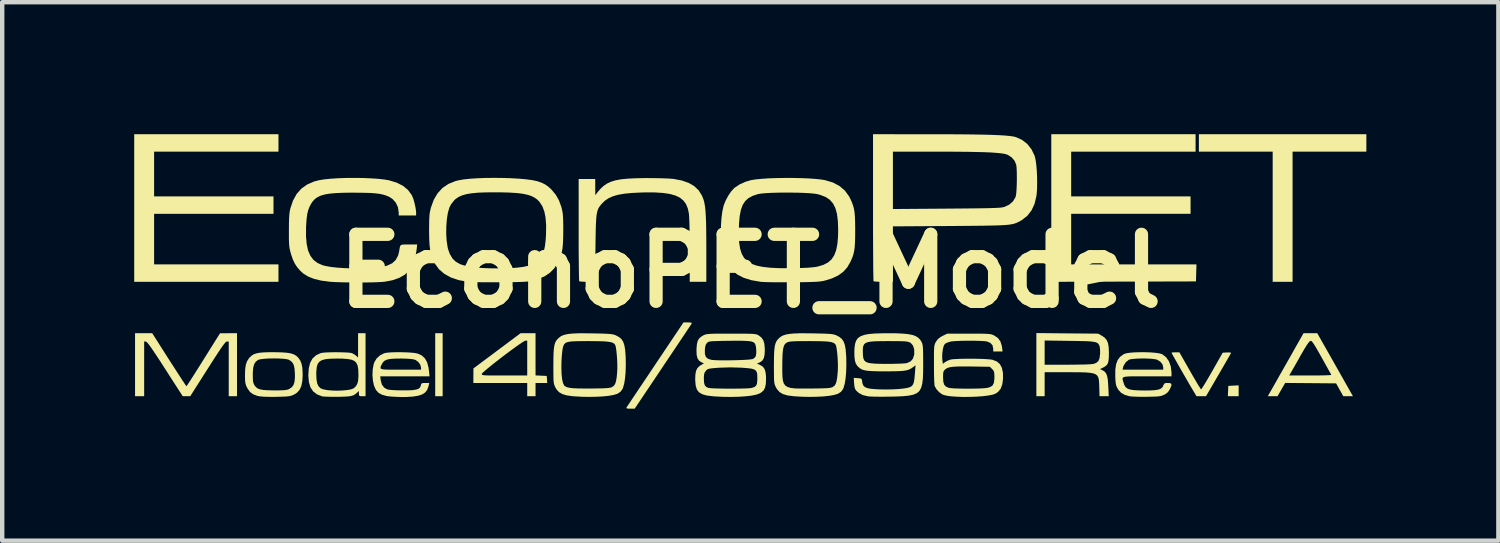
<source format=kicad_pcb>
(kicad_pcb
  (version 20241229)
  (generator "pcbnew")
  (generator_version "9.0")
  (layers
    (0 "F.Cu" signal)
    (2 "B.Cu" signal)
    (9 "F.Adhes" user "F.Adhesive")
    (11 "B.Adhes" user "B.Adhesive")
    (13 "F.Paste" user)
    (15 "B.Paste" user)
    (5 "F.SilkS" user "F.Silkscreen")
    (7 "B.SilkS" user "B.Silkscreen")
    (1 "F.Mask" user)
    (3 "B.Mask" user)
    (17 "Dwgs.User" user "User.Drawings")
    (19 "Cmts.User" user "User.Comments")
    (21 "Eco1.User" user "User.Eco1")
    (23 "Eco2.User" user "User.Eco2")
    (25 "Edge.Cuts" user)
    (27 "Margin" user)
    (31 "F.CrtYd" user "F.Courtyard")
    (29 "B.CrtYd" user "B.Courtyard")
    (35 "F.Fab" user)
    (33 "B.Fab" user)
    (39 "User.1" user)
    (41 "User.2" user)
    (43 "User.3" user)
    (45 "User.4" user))
  (footprint "EconoPET_Model"
    (layer "F.Cu")
    (at 14 3.109)
    (property "Reference" "EconoPET_Model" (at 0 0 0) (layer "F.SilkS") (effects (font (size 1.524 1.524) (thickness 0.3))))
    (attr board_only exclude_from_pos_files exclude_from_bom)
    (fp_poly (pts (xy -6.991 2.845) (xy -7.16 2.845) (xy -7.16 1.413) (xy -6.991 1.413)) (stroke (width 0) (type solid)) (fill yes) (layer "F.SilkS"))
    (fp_poly (pts (xy 11.098 2.845) (xy 10.852 2.845) (xy 10.863 2.61) (xy 11.098 2.598)) (stroke (width 0) (type solid)) (fill yes) (layer "F.SilkS"))
    (fp_poly (pts (xy 14 -2.713) (xy 12.323 -2.713) (xy 12.323 0.245) (xy 11.871 0.245) (xy 11.871 -2.713) (xy 10.194 -2.713) (xy 10.194 -3.109) (xy 14 -3.109)) (stroke (width 0) (type solid)) (fill yes) (layer "F.SilkS"))
    (fp_poly (pts (xy -10.722 -2.713) (xy -13.548 -2.713) (xy -13.548 -1.696) (xy -10.835 -1.696) (xy -10.835 -1.3) (xy -13.548 -1.3) (xy -13.548 -0.151) (xy -10.722 -0.151) (xy -10.722 0.245) (xy -14 0.245) (xy -14 -3.109) (xy -10.722 -3.109)) (stroke (width 0) (type solid)) (fill yes) (layer "F.SilkS"))
    (fp_poly (pts (xy 10.119 -2.713) (xy 7.292 -2.713) (xy 7.292 -1.696) (xy 10.005 -1.696) (xy 10.005 -1.3) (xy 7.292 -1.3) (xy 7.292 -0.151) (xy 10.139 -0.151) (xy 10.128 0.236) (xy 6.84 0.245) (xy 6.84 -3.109) (xy 10.119 -3.109)) (stroke (width 0) (type solid)) (fill yes) (layer "F.SilkS"))
    (fp_poly (pts (xy -1.359 1.17) (xy -1.333 1.177) (xy -1.331 1.191) (xy -1.332 1.194) (xy -1.345 1.214) (xy -1.377 1.263) (xy -1.427 1.337) (xy -1.491 1.434) (xy -1.57 1.551) (xy -1.66 1.686) (xy -1.76 1.835) (xy -1.868 1.996) (xy -1.982 2.166) (xy -1.987 2.174) (xy -2.627 3.128) (xy -2.728 3.128) (xy -2.787 3.126) (xy -2.814 3.118) (xy -2.815 3.104) (xy -2.802 3.085) (xy -2.77 3.037) (xy -2.721 2.963) (xy -2.656 2.866) (xy -2.578 2.749) (xy -2.488 2.615) (xy -2.388 2.466) (xy -2.28 2.305) (xy -2.166 2.135) (xy -2.16 2.125) (xy -1.518 1.168) (xy -1.418 1.168)) (stroke (width 0) (type solid)) (fill yes) (layer "F.SilkS"))
    (fp_poly (pts (xy -4.88 2.372) (xy -4.753 2.378) (xy -4.626 2.384) (xy -4.62 2.464) (xy -4.614 2.544) (xy -4.88 2.544) (xy -4.88 2.845) (xy -5.069 2.845) (xy -5.069 2.544) (xy -6.293 2.544) (xy -6.293 2.379) (xy -6.292 2.348) (xy -6.102 2.348) (xy -6.097 2.357) (xy -6.082 2.363) (xy -6.053 2.368) (xy -6.006 2.371) (xy -5.936 2.373) (xy -5.841 2.374) (xy -5.715 2.374) (xy -5.588 2.374) (xy -5.069 2.374) (xy -5.069 1.583) (xy -5.111 1.583) (xy -5.138 1.594) (xy -5.189 1.626) (xy -5.26 1.674) (xy -5.347 1.736) (xy -5.445 1.807) (xy -5.55 1.885) (xy -5.657 1.967) (xy -5.762 2.048) (xy -5.86 2.125) (xy -5.947 2.196) (xy -6.019 2.256) (xy -6.071 2.302) (xy -6.099 2.332) (xy -6.102 2.338) (xy -6.102 2.348) (xy -6.292 2.348) (xy -6.292 2.214) (xy -5.22 1.413) (xy -4.88 1.413)) (stroke (width 0) (type solid)) (fill yes) (layer "F.SilkS"))
    (fp_poly (pts (xy 9.751 1.847) (xy 9.989 2.265) (xy 10.054 2.379) (xy 10.114 2.481) (xy 10.165 2.568) (xy 10.206 2.634) (xy 10.233 2.676) (xy 10.243 2.688) (xy 10.257 2.674) (xy 10.286 2.631) (xy 10.328 2.564) (xy 10.38 2.476) (xy 10.441 2.373) (xy 10.497 2.275) (xy 10.735 1.856) (xy 10.834 1.85) (xy 10.887 1.85) (xy 10.92 1.855) (xy 10.926 1.861) (xy 10.915 1.881) (xy 10.888 1.929) (xy 10.846 2.002) (xy 10.793 2.094) (xy 10.73 2.202) (xy 10.661 2.322) (xy 10.638 2.361) (xy 10.356 2.845) (xy 10.14 2.845) (xy 10.075 2.737) (xy 10.034 2.667) (xy 9.982 2.579) (xy 9.925 2.48) (xy 9.863 2.373) (xy 9.801 2.265) (xy 9.741 2.16) (xy 9.686 2.063) (xy 9.639 1.979) (xy 9.602 1.914) (xy 9.579 1.871) (xy 9.572 1.857) (xy 9.589 1.851) (xy 9.632 1.847) (xy 9.662 1.847)) (stroke (width 0) (type solid)) (fill yes) (layer "F.SilkS"))
    (fp_poly (pts (xy -13.207 2.016) (xy -13.12 2.151) (xy -13.04 2.275) (xy -12.969 2.385) (xy -12.908 2.478) (xy -12.861 2.55) (xy -12.828 2.598) (xy -12.814 2.618) (xy -12.813 2.618) (xy -12.801 2.603) (xy -12.772 2.559) (xy -12.727 2.49) (xy -12.669 2.4) (xy -12.6 2.291) (xy -12.522 2.168) (xy -12.438 2.034) (xy -12.427 2.016) (xy -12.05 1.414) (xy -11.664 1.413) (xy -11.664 2.845) (xy -11.852 2.845) (xy -11.852 1.602) (xy -11.894 1.602) (xy -11.909 1.607) (xy -11.928 1.623) (xy -11.954 1.654) (xy -11.99 1.701) (xy -12.036 1.767) (xy -12.095 1.856) (xy -12.169 1.969) (xy -12.259 2.11) (xy -12.332 2.224) (xy -12.727 2.845) (xy -12.812 2.845) (xy -12.898 2.845) (xy -13.295 2.228) (xy -13.402 2.061) (xy -13.492 1.925) (xy -13.565 1.815) (xy -13.622 1.732) (xy -13.667 1.671) (xy -13.7 1.631) (xy -13.722 1.61) (xy -13.733 1.605) (xy -13.774 1.599) (xy -13.774 2.845) (xy -13.981 2.845) (xy -13.981 1.413) (xy -13.591 1.413)) (stroke (width 0) (type solid)) (fill yes) (layer "F.SilkS"))
    (fp_poly (pts (xy 13.29 2.129) (xy 13.695 2.845) (xy 13.476 2.845) (xy 13.312 2.553) (xy 12.155 2.543) (xy 12.068 2.694) (xy 11.981 2.845) (xy 11.76 2.845) (xy 11.945 2.52) (xy 12.012 2.401) (xy 12.027 2.374) (xy 12.246 2.374) (xy 12.729 2.374) (xy 12.858 2.374) (xy 12.975 2.372) (xy 13.072 2.37) (xy 13.146 2.367) (xy 13.191 2.363) (xy 13.203 2.36) (xy 13.193 2.34) (xy 13.166 2.292) (xy 13.126 2.221) (xy 13.076 2.131) (xy 13.019 2.028) (xy 12.983 1.963) (xy 12.913 1.839) (xy 12.858 1.744) (xy 12.817 1.676) (xy 12.785 1.629) (xy 12.762 1.601) (xy 12.744 1.588) (xy 12.73 1.587) (xy 12.71 1.599) (xy 12.681 1.633) (xy 12.641 1.691) (xy 12.588 1.777) (xy 12.521 1.893) (xy 12.515 1.903) (xy 12.457 2.007) (xy 12.401 2.105) (xy 12.352 2.191) (xy 12.314 2.257) (xy 12.293 2.294) (xy 12.246 2.374) (xy 12.027 2.374) (xy 12.092 2.26) (xy 12.178 2.109) (xy 12.263 1.959) (xy 12.342 1.82) (xy 12.35 1.804) (xy 12.572 1.413) (xy 12.884 1.413)) (stroke (width 0) (type solid)) (fill yes) (layer "F.SilkS"))
    (fp_poly (pts (xy 7.203 1.417) (xy 7.905 1.423) (xy 7.988 1.47) (xy 8.053 1.514) (xy 8.098 1.568) (xy 8.128 1.636) (xy 8.144 1.728) (xy 8.149 1.848) (xy 8.149 1.866) (xy 8.147 1.976) (xy 8.138 2.055) (xy 8.119 2.111) (xy 8.087 2.151) (xy 8.039 2.183) (xy 8.017 2.194) (xy 7.947 2.228) (xy 8.007 2.257) (xy 8.052 2.285) (xy 8.084 2.324) (xy 8.107 2.38) (xy 8.123 2.459) (xy 8.132 2.567) (xy 8.135 2.622) (xy 8.146 2.845) (xy 7.936 2.845) (xy 7.93 2.629) (xy 7.927 2.546) (xy 7.921 2.477) (xy 7.91 2.423) (xy 7.888 2.381) (xy 7.854 2.35) (xy 7.802 2.328) (xy 7.73 2.314) (xy 7.634 2.305) (xy 7.511 2.301) (xy 7.357 2.3) (xy 7.193 2.299) (xy 6.689 2.299) (xy 6.689 2.845) (xy 6.501 2.845) (xy 6.501 1.579) (xy 6.689 1.579) (xy 6.689 2.129) (xy 7.212 2.129) (xy 7.354 2.128) (xy 7.487 2.126) (xy 7.603 2.124) (xy 7.698 2.12) (xy 7.767 2.115) (xy 7.803 2.11) (xy 7.868 2.084) (xy 7.911 2.044) (xy 7.936 1.982) (xy 7.948 1.892) (xy 7.949 1.883) (xy 7.949 1.802) (xy 7.943 1.733) (xy 7.934 1.698) (xy 7.92 1.67) (xy 7.904 1.648) (xy 7.879 1.63) (xy 7.843 1.617) (xy 7.792 1.607) (xy 7.721 1.599) (xy 7.626 1.594) (xy 7.504 1.591) (xy 7.351 1.588) (xy 7.25 1.587) (xy 6.689 1.579) (xy 6.501 1.579) (xy 6.501 1.41)) (stroke (width 0) (type solid)) (fill yes) (layer "F.SilkS"))
    (fp_poly (pts (xy -8.743 2.845) (xy -8.818 2.845) (xy -8.867 2.843) (xy -8.888 2.831) (xy -8.894 2.8) (xy -8.894 2.785) (xy -8.894 2.726) (xy -8.936 2.764) (xy -8.974 2.796) (xy -9.012 2.82) (xy -9.056 2.836) (xy -9.113 2.847) (xy -9.191 2.853) (xy -9.295 2.857) (xy -9.374 2.858) (xy -9.482 2.858) (xy -9.58 2.857) (xy -9.66 2.854) (xy -9.716 2.85) (xy -9.732 2.847) (xy -9.846 2.803) (xy -9.933 2.736) (xy -9.994 2.645) (xy -10.03 2.526) (xy -10.043 2.379) (xy -10.043 2.366) (xy -10.041 2.336) (xy -9.863 2.336) (xy -9.858 2.461) (xy -9.842 2.554) (xy -9.811 2.62) (xy -9.766 2.663) (xy -9.754 2.67) (xy -9.692 2.692) (xy -9.604 2.707) (xy -9.5 2.716) (xy -9.387 2.719) (xy -9.274 2.715) (xy -9.17 2.706) (xy -9.083 2.692) (xy -9.023 2.671) (xy -9.012 2.664) (xy -8.963 2.619) (xy -8.931 2.565) (xy -8.912 2.494) (xy -8.905 2.398) (xy -8.905 2.346) (xy -8.909 2.236) (xy -8.923 2.151) (xy -8.951 2.088) (xy -8.997 2.043) (xy -9.065 2.014) (xy -9.16 1.998) (xy -9.285 1.99) (xy -9.384 1.989) (xy -9.531 1.992) (xy -9.645 2.002) (xy -9.73 2.023) (xy -9.789 2.057) (xy -9.829 2.108) (xy -9.851 2.178) (xy -9.861 2.271) (xy -9.863 2.336) (xy -10.041 2.336) (xy -10.033 2.211) (xy -10.002 2.086) (xy -9.949 1.989) (xy -9.872 1.917) (xy -9.771 1.869) (xy -9.755 1.864) (xy -9.708 1.856) (xy -9.634 1.85) (xy -9.54 1.847) (xy -9.436 1.845) (xy -9.329 1.846) (xy -9.229 1.849) (xy -9.143 1.853) (xy -9.08 1.86) (xy -9.054 1.865) (xy -8.998 1.895) (xy -8.955 1.926) (xy -8.913 1.966) (xy -8.913 1.413) (xy -8.743 1.413)) (stroke (width 0) (type solid)) (fill yes) (layer "F.SilkS"))
    (fp_poly (pts (xy -2.2 -2.111) (xy -2.067 -2.109) (xy -1.945 -2.105) (xy -1.842 -2.101) (xy -1.765 -2.095) (xy -1.743 -2.093) (xy -1.555 -2.057) (xy -1.399 -2.002) (xy -1.272 -1.928) (xy -1.173 -1.833) (xy -1.099 -1.715) (xy -1.065 -1.63) (xy -1.049 -1.575) (xy -1.036 -1.511) (xy -1.025 -1.436) (xy -1.017 -1.345) (xy -1.01 -1.235) (xy -1.005 -1.103) (xy -1.002 -0.944) (xy -1 -0.755) (xy -0.999 -0.533) (xy -0.999 -0.485) (xy -0.999 0.245) (xy -1.376 0.245) (xy -1.376 -0.466) (xy -1.376 -0.632) (xy -1.378 -0.792) (xy -1.38 -0.939) (xy -1.383 -1.069) (xy -1.387 -1.177) (xy -1.391 -1.258) (xy -1.395 -1.306) (xy -1.42 -1.422) (xy -1.46 -1.52) (xy -1.519 -1.601) (xy -1.597 -1.666) (xy -1.699 -1.715) (xy -1.826 -1.751) (xy -1.981 -1.774) (xy -2.167 -1.786) (xy -2.385 -1.787) (xy -2.487 -1.784) (xy -2.692 -1.774) (xy -2.864 -1.757) (xy -3.008 -1.732) (xy -3.126 -1.697) (xy -3.225 -1.652) (xy -3.307 -1.596) (xy -3.372 -1.532) (xy -3.404 -1.494) (xy -3.431 -1.458) (xy -3.453 -1.421) (xy -3.47 -1.377) (xy -3.484 -1.323) (xy -3.495 -1.256) (xy -3.502 -1.172) (xy -3.508 -1.067) (xy -3.512 -0.937) (xy -3.515 -0.778) (xy -3.518 -0.587) (xy -3.519 -0.504) (xy -3.527 0.245) (xy -3.701 0.245) (xy -3.779 0.244) (xy -3.842 0.24) (xy -3.88 0.235) (xy -3.888 0.232) (xy -3.89 0.212) (xy -3.892 0.157) (xy -3.894 0.071) (xy -3.896 -0.043) (xy -3.897 -0.182) (xy -3.899 -0.342) (xy -3.9 -0.52) (xy -3.9 -0.713) (xy -3.9 -0.917) (xy -3.9 -0.936) (xy -3.9 -2.092) (xy -3.524 -2.092) (xy -3.523 -1.908) (xy -3.522 -1.724) (xy -3.471 -1.79) (xy -3.404 -1.869) (xy -3.334 -1.934) (xy -3.256 -1.987) (xy -3.167 -2.029) (xy -3.062 -2.061) (xy -2.937 -2.084) (xy -2.788 -2.099) (xy -2.611 -2.108) (xy -2.401 -2.112) (xy -2.336 -2.112)) (stroke (width 0) (type solid)) (fill yes) (layer "F.SilkS"))
    (fp_poly (pts (xy -7.818 1.848) (xy -7.711 1.854) (xy -7.623 1.863) (xy -7.565 1.874) (xy -7.469 1.916) (xy -7.397 1.981) (xy -7.345 2.071) (xy -7.313 2.191) (xy -7.302 2.266) (xy -7.289 2.393) (xy -8.409 2.393) (xy -8.399 2.48) (xy -8.373 2.577) (xy -8.322 2.648) (xy -8.251 2.689) (xy -8.206 2.698) (xy -8.129 2.705) (xy -8.029 2.71) (xy -7.913 2.712) (xy -7.909 2.712) (xy -7.772 2.711) (xy -7.668 2.706) (xy -7.592 2.694) (xy -7.541 2.676) (xy -7.508 2.65) (xy -7.491 2.615) (xy -7.487 2.601) (xy -7.478 2.566) (xy -7.459 2.55) (xy -7.421 2.544) (xy -7.386 2.544) (xy -7.296 2.544) (xy -7.314 2.624) (xy -7.341 2.699) (xy -7.386 2.758) (xy -7.454 2.803) (xy -7.546 2.834) (xy -7.667 2.853) (xy -7.82 2.862) (xy -7.913 2.863) (xy -8.019 2.86) (xy -8.121 2.855) (xy -8.209 2.848) (xy -8.271 2.839) (xy -8.274 2.838) (xy -8.374 2.809) (xy -8.446 2.769) (xy -8.5 2.711) (xy -8.513 2.691) (xy -8.552 2.602) (xy -8.576 2.489) (xy -8.586 2.364) (xy -8.58 2.238) (xy -8.575 2.206) (xy -8.403 2.206) (xy -8.39 2.222) (xy -8.359 2.232) (xy -8.306 2.238) (xy -8.227 2.241) (xy -8.119 2.242) (xy -7.978 2.242) (xy -7.942 2.242) (xy -7.481 2.242) (xy -7.481 2.2) (xy -7.498 2.132) (xy -7.542 2.069) (xy -7.605 2.022) (xy -7.625 2.014) (xy -7.686 2.001) (xy -7.781 1.993) (xy -7.908 1.989) (xy -7.952 1.989) (xy -8.083 1.991) (xy -8.182 1.998) (xy -8.255 2.013) (xy -8.307 2.036) (xy -8.344 2.069) (xy -8.372 2.115) (xy -8.372 2.116) (xy -8.391 2.154) (xy -8.402 2.184) (xy -8.403 2.206) (xy -8.575 2.206) (xy -8.559 2.123) (xy -8.543 2.072) (xy -8.49 1.985) (xy -8.411 1.914) (xy -8.319 1.868) (xy -8.309 1.865) (xy -8.248 1.855) (xy -8.159 1.848) (xy -8.051 1.845) (xy -7.934 1.845)) (stroke (width 0) (type solid)) (fill yes) (layer "F.SilkS"))
    (fp_poly (pts (xy -10.658 1.848) (xy -10.54 1.856) (xy -10.448 1.87) (xy -10.377 1.892) (xy -10.322 1.923) (xy -10.276 1.964) (xy -10.272 1.969) (xy -10.227 2.033) (xy -10.197 2.109) (xy -10.179 2.204) (xy -10.173 2.327) (xy -10.172 2.358) (xy -10.18 2.503) (xy -10.203 2.617) (xy -10.245 2.704) (xy -10.307 2.77) (xy -10.381 2.814) (xy -10.418 2.829) (xy -10.458 2.84) (xy -10.508 2.848) (xy -10.575 2.853) (xy -10.666 2.856) (xy -10.787 2.859) (xy -10.937 2.859) (xy -11.052 2.856) (xy -11.138 2.849) (xy -11.198 2.838) (xy -11.199 2.838) (xy -11.297 2.801) (xy -11.368 2.749) (xy -11.423 2.672) (xy -11.437 2.647) (xy -11.459 2.599) (xy -11.472 2.553) (xy -11.48 2.499) (xy -11.482 2.425) (xy -11.483 2.36) (xy -11.306 2.36) (xy -11.304 2.448) (xy -11.3 2.508) (xy -11.289 2.551) (xy -11.272 2.587) (xy -11.263 2.602) (xy -11.231 2.641) (xy -11.193 2.669) (xy -11.141 2.689) (xy -11.07 2.702) (xy -10.975 2.709) (xy -10.849 2.712) (xy -10.816 2.712) (xy -10.701 2.712) (xy -10.618 2.709) (xy -10.558 2.704) (xy -10.514 2.695) (xy -10.479 2.682) (xy -10.477 2.68) (xy -10.42 2.642) (xy -10.381 2.591) (xy -10.358 2.52) (xy -10.348 2.423) (xy -10.349 2.333) (xy -10.356 2.223) (xy -10.372 2.143) (xy -10.4 2.086) (xy -10.443 2.043) (xy -10.488 2.016) (xy -10.534 2.003) (xy -10.61 1.994) (xy -10.705 1.988) (xy -10.81 1.986) (xy -10.918 1.987) (xy -11.02 1.992) (xy -11.105 2.001) (xy -11.167 2.013) (xy -11.185 2.02) (xy -11.237 2.059) (xy -11.273 2.115) (xy -11.295 2.192) (xy -11.305 2.298) (xy -11.306 2.36) (xy -11.483 2.36) (xy -11.483 2.356) (xy -11.478 2.227) (xy -11.463 2.127) (xy -11.435 2.049) (xy -11.394 1.984) (xy -11.375 1.963) (xy -11.334 1.924) (xy -11.287 1.894) (xy -11.23 1.873) (xy -11.158 1.858) (xy -11.063 1.849) (xy -10.942 1.845) (xy -10.808 1.845)) (stroke (width 0) (type solid)) (fill yes) (layer "F.SilkS"))
    (fp_poly (pts (xy 8.975 1.845) (xy 9.093 1.849) (xy 9.201 1.858) (xy 9.289 1.87) (xy 9.35 1.887) (xy 9.359 1.89) (xy 9.448 1.957) (xy 9.514 2.052) (xy 9.556 2.17) (xy 9.572 2.309) (xy 9.572 2.319) (xy 9.572 2.393) (xy 9.016 2.393) (xy 8.853 2.393) (xy 8.725 2.393) (xy 8.626 2.394) (xy 8.554 2.398) (xy 8.505 2.405) (xy 8.476 2.416) (xy 8.462 2.432) (xy 8.46 2.454) (xy 8.466 2.483) (xy 8.477 2.52) (xy 8.481 2.534) (xy 8.501 2.593) (xy 8.529 2.637) (xy 8.569 2.67) (xy 8.626 2.692) (xy 8.706 2.705) (xy 8.813 2.712) (xy 8.952 2.715) (xy 8.967 2.715) (xy 9.102 2.713) (xy 9.204 2.706) (xy 9.279 2.693) (xy 9.331 2.672) (xy 9.365 2.642) (xy 9.386 2.602) (xy 9.386 2.601) (xy 9.403 2.565) (xy 9.427 2.548) (xy 9.473 2.544) (xy 9.489 2.544) (xy 9.542 2.548) (xy 9.568 2.564) (xy 9.57 2.598) (xy 9.548 2.655) (xy 9.533 2.687) (xy 9.493 2.75) (xy 9.434 2.796) (xy 9.406 2.811) (xy 9.369 2.827) (xy 9.332 2.839) (xy 9.287 2.847) (xy 9.227 2.852) (xy 9.144 2.855) (xy 9.033 2.857) (xy 9.007 2.858) (xy 8.896 2.858) (xy 8.792 2.857) (xy 8.703 2.853) (xy 8.639 2.849) (xy 8.616 2.845) (xy 8.507 2.813) (xy 8.427 2.768) (xy 8.367 2.702) (xy 8.352 2.678) (xy 8.328 2.634) (xy 8.312 2.591) (xy 8.303 2.538) (xy 8.297 2.467) (xy 8.294 2.39) (xy 8.295 2.242) (xy 8.46 2.242) (xy 9.384 2.242) (xy 9.384 2.188) (xy 9.366 2.12) (xy 9.318 2.059) (xy 9.246 2.016) (xy 9.237 2.013) (xy 9.182 2.001) (xy 9.102 1.993) (xy 9.005 1.988) (xy 8.902 1.987) (xy 8.8 1.99) (xy 8.71 1.996) (xy 8.64 2.005) (xy 8.603 2.016) (xy 8.533 2.072) (xy 8.484 2.151) (xy 8.471 2.19) (xy 8.46 2.242) (xy 8.295 2.242) (xy 8.295 2.239) (xy 8.313 2.118) (xy 8.348 2.024) (xy 8.402 1.951) (xy 8.478 1.894) (xy 8.496 1.885) (xy 8.549 1.868) (xy 8.632 1.856) (xy 8.736 1.848) (xy 8.853 1.845)) (stroke (width 0) (type solid)) (fill yes) (layer "F.SilkS"))
    (fp_poly (pts (xy 4.028 -3.108) (xy 4.358 -3.108) (xy 4.652 -3.107) (xy 4.912 -3.105) (xy 5.141 -3.102) (xy 5.339 -3.098) (xy 5.51 -3.093) (xy 5.654 -3.087) (xy 5.774 -3.08) (xy 5.871 -3.071) (xy 5.948 -3.062) (xy 6.007 -3.051) (xy 6.036 -3.043) (xy 6.176 -2.98) (xy 6.295 -2.887) (xy 6.39 -2.766) (xy 6.46 -2.621) (xy 6.466 -2.602) (xy 6.484 -2.523) (xy 6.499 -2.416) (xy 6.51 -2.288) (xy 6.517 -2.15) (xy 6.519 -2.01) (xy 6.517 -1.877) (xy 6.509 -1.76) (xy 6.501 -1.698) (xy 6.459 -1.525) (xy 6.391 -1.378) (xy 6.296 -1.256) (xy 6.173 -1.159) (xy 6.111 -1.124) (xy 6.076 -1.107) (xy 6.042 -1.092) (xy 6.006 -1.079) (xy 5.965 -1.068) (xy 5.916 -1.059) (xy 5.857 -1.051) (xy 5.784 -1.045) (xy 5.695 -1.04) (xy 5.586 -1.036) (xy 5.456 -1.033) (xy 5.301 -1.03) (xy 5.118 -1.028) (xy 4.904 -1.026) (xy 4.657 -1.024) (xy 4.527 -1.023) (xy 3.241 -1.015) (xy 3.241 0.245) (xy 3.027 0.245) (xy 2.941 0.244) (xy 2.869 0.241) (xy 2.82 0.237) (xy 2.801 0.232) (xy 2.799 0.212) (xy 2.798 0.157) (xy 2.796 0.069) (xy 2.794 -0.048) (xy 2.793 -0.192) (xy 2.792 -0.36) (xy 2.791 -0.549) (xy 2.79 -0.757) (xy 2.789 -0.982) (xy 2.789 -1.219) (xy 2.789 -1.445) (xy 2.789 -2.713) (xy 3.241 -2.713) (xy 3.241 -1.409) (xy 4.461 -1.418) (xy 4.71 -1.42) (xy 4.923 -1.422) (xy 5.105 -1.424) (xy 5.258 -1.426) (xy 5.384 -1.428) (xy 5.488 -1.431) (xy 5.57 -1.434) (xy 5.636 -1.437) (xy 5.686 -1.441) (xy 5.725 -1.446) (xy 5.755 -1.452) (xy 5.779 -1.458) (xy 5.78 -1.459) (xy 5.883 -1.508) (xy 5.967 -1.581) (xy 6.023 -1.671) (xy 6.033 -1.7) (xy 6.042 -1.751) (xy 6.049 -1.83) (xy 6.054 -1.929) (xy 6.057 -2.038) (xy 6.057 -2.15) (xy 6.056 -2.254) (xy 6.052 -2.343) (xy 6.045 -2.406) (xy 6.043 -2.416) (xy 6.006 -2.505) (xy 5.939 -2.583) (xy 5.851 -2.64) (xy 5.847 -2.641) (xy 5.806 -2.656) (xy 5.748 -2.668) (xy 5.671 -2.678) (xy 5.573 -2.687) (xy 5.452 -2.695) (xy 5.306 -2.701) (xy 5.133 -2.705) (xy 4.93 -2.709) (xy 4.695 -2.711) (xy 4.426 -2.713) (xy 4.216 -2.713) (xy 3.241 -2.713) (xy 2.789 -2.713) (xy 2.789 -3.109)) (stroke (width 0) (type solid)) (fill yes) (layer "F.SilkS"))
    (fp_poly (pts (xy 1.439 1.417) (xy 1.582 1.42) (xy 1.692 1.423) (xy 1.775 1.427) (xy 1.837 1.432) (xy 1.883 1.439) (xy 1.92 1.448) (xy 1.951 1.459) (xy 1.96 1.463) (xy 2.029 1.501) (xy 2.083 1.546) (xy 2.122 1.605) (xy 2.149 1.681) (xy 2.167 1.782) (xy 2.178 1.913) (xy 2.181 1.978) (xy 2.183 2.145) (xy 2.178 2.302) (xy 2.165 2.444) (xy 2.146 2.562) (xy 2.12 2.652) (xy 2.109 2.679) (xy 2.063 2.743) (xy 1.997 2.787) (xy 1.987 2.791) (xy 1.909 2.815) (xy 1.801 2.835) (xy 1.667 2.849) (xy 1.516 2.857) (xy 1.351 2.86) (xy 1.181 2.857) (xy 1.012 2.847) (xy 0.973 2.844) (xy 0.842 2.826) (xy 0.741 2.796) (xy 0.666 2.751) (xy 0.609 2.688) (xy 0.585 2.647) (xy 0.569 2.615) (xy 0.557 2.585) (xy 0.548 2.551) (xy 0.543 2.507) (xy 0.539 2.448) (xy 0.538 2.367) (xy 0.537 2.28) (xy 0.727 2.28) (xy 0.73 2.395) (xy 0.74 2.484) (xy 0.76 2.553) (xy 0.795 2.602) (xy 0.848 2.636) (xy 0.922 2.657) (xy 1.021 2.668) (xy 1.149 2.671) (xy 1.31 2.671) (xy 1.394 2.67) (xy 1.537 2.668) (xy 1.646 2.666) (xy 1.728 2.663) (xy 1.788 2.658) (xy 1.83 2.651) (xy 1.86 2.642) (xy 1.876 2.634) (xy 1.913 2.607) (xy 1.94 2.566) (xy 1.96 2.505) (xy 1.975 2.419) (xy 1.986 2.303) (xy 1.988 2.28) (xy 1.991 2.189) (xy 1.99 2.085) (xy 1.985 1.976) (xy 1.976 1.872) (xy 1.965 1.782) (xy 1.953 1.713) (xy 1.941 1.677) (xy 1.922 1.652) (xy 1.893 1.633) (xy 1.849 1.617) (xy 1.787 1.606) (xy 1.702 1.599) (xy 1.591 1.595) (xy 1.448 1.593) (xy 1.338 1.592) (xy 1.19 1.593) (xy 1.075 1.594) (xy 0.988 1.597) (xy 0.924 1.601) (xy 0.88 1.608) (xy 0.849 1.616) (xy 0.839 1.621) (xy 0.803 1.644) (xy 0.776 1.676) (xy 0.757 1.723) (xy 0.743 1.788) (xy 0.734 1.877) (xy 0.729 1.995) (xy 0.727 2.139) (xy 0.727 2.28) (xy 0.537 2.28) (xy 0.537 2.259) (xy 0.537 2.158) (xy 0.538 1.999) (xy 0.541 1.872) (xy 0.548 1.772) (xy 0.559 1.695) (xy 0.576 1.636) (xy 0.598 1.589) (xy 0.628 1.55) (xy 0.66 1.519) (xy 0.701 1.487) (xy 0.75 1.462) (xy 0.811 1.443) (xy 0.888 1.429) (xy 0.985 1.42) (xy 1.107 1.415) (xy 1.259 1.415)) (stroke (width 0) (type solid)) (fill yes) (layer "F.SilkS"))
    (fp_poly (pts (xy -3.573 1.417) (xy -3.431 1.42) (xy -3.32 1.423) (xy -3.237 1.427) (xy -3.175 1.432) (xy -3.129 1.439) (xy -3.093 1.448) (xy -3.061 1.459) (xy -3.053 1.463) (xy -2.983 1.501) (xy -2.929 1.546) (xy -2.89 1.605) (xy -2.863 1.681) (xy -2.845 1.782) (xy -2.834 1.913) (xy -2.831 1.978) (xy -2.829 2.145) (xy -2.834 2.302) (xy -2.847 2.444) (xy -2.866 2.562) (xy -2.892 2.652) (xy -2.903 2.679) (xy -2.949 2.743) (xy -3.016 2.787) (xy -3.025 2.791) (xy -3.103 2.815) (xy -3.211 2.835) (xy -3.344 2.849) (xy -3.496 2.857) (xy -3.66 2.86) (xy -3.83 2.857) (xy -3.999 2.847) (xy -4.038 2.844) (xy -4.17 2.826) (xy -4.271 2.796) (xy -4.347 2.752) (xy -4.403 2.69) (xy -4.428 2.648) (xy -4.443 2.615) (xy -4.455 2.585) (xy -4.464 2.551) (xy -4.469 2.506) (xy -4.473 2.447) (xy -4.474 2.365) (xy -4.475 2.256) (xy -4.475 2.209) (xy -4.293 2.209) (xy -4.288 2.345) (xy -4.276 2.459) (xy -4.256 2.545) (xy -4.231 2.599) (xy -4.223 2.608) (xy -4.193 2.628) (xy -4.152 2.644) (xy -4.095 2.656) (xy -4.018 2.664) (xy -3.917 2.668) (xy -3.786 2.67) (xy -3.623 2.67) (xy -3.618 2.67) (xy -3.476 2.668) (xy -3.366 2.666) (xy -3.284 2.662) (xy -3.224 2.658) (xy -3.182 2.651) (xy -3.152 2.642) (xy -3.136 2.634) (xy -3.099 2.606) (xy -3.071 2.564) (xy -3.051 2.502) (xy -3.036 2.415) (xy -3.025 2.296) (xy -3.025 2.289) (xy -3.021 2.202) (xy -3.022 2.1) (xy -3.027 1.993) (xy -3.035 1.889) (xy -3.045 1.796) (xy -3.057 1.723) (xy -3.07 1.679) (xy -3.071 1.678) (xy -3.09 1.653) (xy -3.119 1.633) (xy -3.162 1.618) (xy -3.224 1.607) (xy -3.308 1.599) (xy -3.419 1.595) (xy -3.561 1.593) (xy -3.674 1.592) (xy -3.831 1.593) (xy -3.955 1.595) (xy -4.049 1.599) (xy -4.12 1.607) (xy -4.17 1.62) (xy -4.204 1.638) (xy -4.228 1.663) (xy -4.245 1.695) (xy -4.255 1.724) (xy -4.266 1.772) (xy -4.275 1.847) (xy -4.284 1.94) (xy -4.29 2.041) (xy -4.291 2.054) (xy -4.293 2.209) (xy -4.475 2.209) (xy -4.475 2.158) (xy -4.474 1.998) (xy -4.471 1.872) (xy -4.464 1.772) (xy -4.453 1.695) (xy -4.437 1.636) (xy -4.414 1.589) (xy -4.384 1.55) (xy -4.352 1.519) (xy -4.311 1.487) (xy -4.262 1.462) (xy -4.201 1.443) (xy -4.124 1.429) (xy -4.027 1.42) (xy -3.905 1.415) (xy -3.754 1.415)) (stroke (width 0) (type solid)) (fill yes) (layer "F.SilkS"))
    (fp_poly (pts (xy -8.798 -2.114) (xy -8.617 -2.106) (xy -8.452 -2.095) (xy -8.311 -2.079) (xy -8.212 -2.062) (xy -8.036 -2.009) (xy -7.892 -1.936) (xy -7.778 -1.842) (xy -7.695 -1.728) (xy -7.687 -1.713) (xy -7.657 -1.64) (xy -7.63 -1.544) (xy -7.608 -1.444) (xy -7.595 -1.354) (xy -7.594 -1.324) (xy -7.594 -1.262) (xy -7.989 -1.262) (xy -7.989 -1.324) (xy -8.006 -1.446) (xy -8.054 -1.552) (xy -8.131 -1.638) (xy -8.206 -1.686) (xy -8.271 -1.714) (xy -8.341 -1.736) (xy -8.421 -1.753) (xy -8.518 -1.765) (xy -8.634 -1.774) (xy -8.777 -1.778) (xy -8.95 -1.78) (xy -9.026 -1.781) (xy -9.232 -1.779) (xy -9.405 -1.772) (xy -9.548 -1.76) (xy -9.665 -1.741) (xy -9.759 -1.714) (xy -9.835 -1.679) (xy -9.897 -1.634) (xy -9.947 -1.579) (xy -9.981 -1.528) (xy -10.019 -1.455) (xy -10.048 -1.378) (xy -10.069 -1.29) (xy -10.083 -1.182) (xy -10.092 -1.046) (xy -10.095 -0.999) (xy -10.096 -0.79) (xy -10.081 -0.613) (xy -10.049 -0.466) (xy -9.997 -0.347) (xy -9.927 -0.253) (xy -9.835 -0.183) (xy -9.721 -0.133) (xy -9.657 -0.116) (xy -9.533 -0.093) (xy -9.386 -0.077) (xy -9.222 -0.066) (xy -9.049 -0.06) (xy -8.874 -0.06) (xy -8.703 -0.065) (xy -8.545 -0.075) (xy -8.406 -0.091) (xy -8.294 -0.111) (xy -8.249 -0.124) (xy -8.139 -0.176) (xy -8.057 -0.252) (xy -8.003 -0.353) (xy -7.98 -0.444) (xy -7.969 -0.515) (xy -7.959 -0.561) (xy -7.941 -0.588) (xy -7.909 -0.6) (xy -7.855 -0.603) (xy -7.772 -0.603) (xy -7.761 -0.603) (xy -7.57 -0.603) (xy -7.584 -0.476) (xy -7.615 -0.295) (xy -7.668 -0.144) (xy -7.744 -0.02) (xy -7.846 0.08) (xy -7.976 0.155) (xy -8.135 0.21) (xy -8.309 0.243) (xy -8.38 0.249) (xy -8.482 0.254) (xy -8.607 0.258) (xy -8.749 0.26) (xy -8.9 0.261) (xy -9.054 0.26) (xy -9.204 0.258) (xy -9.341 0.254) (xy -9.461 0.25) (xy -9.554 0.243) (xy -9.562 0.242) (xy -9.754 0.217) (xy -9.914 0.178) (xy -10.046 0.126) (xy -10.156 0.058) (xy -10.229 -0.008) (xy -10.298 -0.089) (xy -10.352 -0.171) (xy -10.396 -0.265) (xy -10.436 -0.383) (xy -10.443 -0.408) (xy -10.458 -0.465) (xy -10.47 -0.518) (xy -10.477 -0.575) (xy -10.482 -0.644) (xy -10.485 -0.732) (xy -10.485 -0.846) (xy -10.485 -0.923) (xy -10.484 -1.068) (xy -10.481 -1.182) (xy -10.476 -1.272) (xy -10.468 -1.344) (xy -10.456 -1.405) (xy -10.453 -1.419) (xy -10.392 -1.6) (xy -10.309 -1.751) (xy -10.201 -1.873) (xy -10.069 -1.967) (xy -9.911 -2.035) (xy -9.8 -2.064) (xy -9.68 -2.083) (xy -9.531 -2.098) (xy -9.361 -2.109) (xy -9.177 -2.115) (xy -8.987 -2.116)) (stroke (width 0) (type solid)) (fill yes) (layer "F.SilkS"))
    (fp_poly (pts (xy 0.969 -2.115) (xy 1.154 -2.111) (xy 1.328 -2.104) (xy 1.484 -2.093) (xy 1.615 -2.079) (xy 1.702 -2.064) (xy 1.879 -2.011) (xy 2.027 -1.932) (xy 2.149 -1.828) (xy 2.244 -1.698) (xy 2.275 -1.638) (xy 2.31 -1.56) (xy 2.336 -1.488) (xy 2.356 -1.415) (xy 2.369 -1.334) (xy 2.377 -1.238) (xy 2.382 -1.12) (xy 2.384 -0.974) (xy 2.384 -0.923) (xy 2.383 -0.767) (xy 2.379 -0.641) (xy 2.372 -0.54) (xy 2.36 -0.455) (xy 2.343 -0.38) (xy 2.319 -0.308) (xy 2.286 -0.233) (xy 2.275 -0.208) (xy 2.203 -0.083) (xy 2.112 0.018) (xy 1.998 0.101) (xy 1.857 0.167) (xy 1.716 0.211) (xy 1.673 0.222) (xy 1.628 0.231) (xy 1.578 0.238) (xy 1.517 0.243) (xy 1.441 0.247) (xy 1.344 0.25) (xy 1.222 0.253) (xy 1.07 0.255) (xy 0.97 0.256) (xy 0.816 0.256) (xy 0.667 0.256) (xy 0.53 0.255) (xy 0.411 0.253) (xy 0.315 0.25) (xy 0.248 0.246) (xy 0.231 0.244) (xy 0.025 0.208) (xy -0.149 0.154) (xy -0.294 0.08) (xy -0.412 -0.016) (xy -0.506 -0.136) (xy -0.578 -0.281) (xy -0.609 -0.373) (xy -0.639 -0.505) (xy -0.658 -0.663) (xy -0.666 -0.804) (xy -0.26 -0.804) (xy -0.252 -0.644) (xy -0.231 -0.507) (xy -0.195 -0.393) (xy -0.143 -0.3) (xy -0.07 -0.225) (xy 0.024 -0.166) (xy 0.143 -0.123) (xy 0.289 -0.093) (xy 0.464 -0.074) (xy 0.67 -0.065) (xy 0.911 -0.064) (xy 0.999 -0.066) (xy 1.167 -0.069) (xy 1.302 -0.075) (xy 1.41 -0.084) (xy 1.494 -0.094) (xy 1.541 -0.104) (xy 1.664 -0.141) (xy 1.764 -0.193) (xy 1.845 -0.263) (xy 1.906 -0.354) (xy 1.95 -0.469) (xy 1.979 -0.611) (xy 1.994 -0.784) (xy 1.997 -0.942) (xy 1.99 -1.137) (xy 1.97 -1.298) (xy 1.933 -1.431) (xy 1.879 -1.537) (xy 1.806 -1.62) (xy 1.711 -1.683) (xy 1.593 -1.729) (xy 1.526 -1.747) (xy 1.452 -1.759) (xy 1.35 -1.768) (xy 1.224 -1.775) (xy 1.082 -1.78) (xy 0.931 -1.782) (xy 0.776 -1.783) (xy 0.624 -1.781) (xy 0.483 -1.777) (xy 0.357 -1.77) (xy 0.255 -1.761) (xy 0.182 -1.75) (xy 0.17 -1.747) (xy 0.053 -1.708) (xy -0.042 -1.656) (xy -0.116 -1.589) (xy -0.173 -1.502) (xy -0.213 -1.392) (xy -0.24 -1.255) (xy -0.255 -1.087) (xy -0.259 -0.989) (xy -0.26 -0.804) (xy -0.666 -0.804) (xy -0.667 -0.837) (xy -0.667 -1.017) (xy -0.656 -1.191) (xy -0.636 -1.351) (xy -0.606 -1.485) (xy -0.603 -1.493) (xy -0.561 -1.599) (xy -0.503 -1.708) (xy -0.437 -1.806) (xy -0.369 -1.881) (xy -0.359 -1.89) (xy -0.243 -1.968) (xy -0.105 -2.03) (xy 0.016 -2.065) (xy 0.122 -2.082) (xy 0.258 -2.095) (xy 0.417 -2.106) (xy 0.593 -2.112) (xy 0.78 -2.115)) (stroke (width 0) (type solid)) (fill yes) (layer "F.SilkS"))
    (fp_poly (pts (xy -5.626 -2.115) (xy -5.458 -2.11) (xy -5.258 -2.099) (xy -5.091 -2.084) (xy -4.952 -2.065) (xy -4.837 -2.04) (xy -4.741 -2.007) (xy -4.658 -1.965) (xy -4.585 -1.913) (xy -4.517 -1.85) (xy -4.508 -1.84) (xy -4.417 -1.728) (xy -4.347 -1.604) (xy -4.294 -1.457) (xy -4.285 -1.423) (xy -4.272 -1.366) (xy -4.262 -1.306) (xy -4.256 -1.234) (xy -4.252 -1.143) (xy -4.25 -1.026) (xy -4.25 -0.923) (xy -4.252 -0.755) (xy -4.258 -0.618) (xy -4.269 -0.504) (xy -4.287 -0.408) (xy -4.312 -0.323) (xy -4.346 -0.242) (xy -4.373 -0.188) (xy -4.455 -0.061) (xy -4.554 0.04) (xy -4.676 0.121) (xy -4.826 0.184) (xy -4.915 0.211) (xy -4.959 0.222) (xy -5.003 0.231) (xy -5.053 0.238) (xy -5.114 0.243) (xy -5.189 0.247) (xy -5.285 0.25) (xy -5.406 0.253) (xy -5.557 0.255) (xy -5.662 0.256) (xy -5.817 0.256) (xy -5.967 0.256) (xy -6.106 0.255) (xy -6.228 0.253) (xy -6.326 0.25) (xy -6.396 0.246) (xy -6.413 0.244) (xy -6.621 0.208) (xy -6.801 0.148) (xy -6.952 0.065) (xy -7.074 -0.04) (xy -7.166 -0.167) (xy -7.189 -0.213) (xy -7.227 -0.303) (xy -7.255 -0.392) (xy -7.276 -0.487) (xy -7.289 -0.595) (xy -7.296 -0.724) (xy -7.298 -0.846) (xy -6.91 -0.846) (xy -6.9 -0.686) (xy -6.878 -0.542) (xy -6.868 -0.499) (xy -6.827 -0.383) (xy -6.771 -0.288) (xy -6.695 -0.214) (xy -6.596 -0.157) (xy -6.47 -0.116) (xy -6.313 -0.088) (xy -6.213 -0.077) (xy -6.073 -0.068) (xy -5.913 -0.062) (xy -5.743 -0.06) (xy -5.576 -0.062) (xy -5.423 -0.067) (xy -5.304 -0.076) (xy -5.154 -0.095) (xy -5.034 -0.122) (xy -4.939 -0.158) (xy -4.861 -0.206) (xy -4.843 -0.221) (xy -4.779 -0.285) (xy -4.73 -0.36) (xy -4.693 -0.45) (xy -4.667 -0.562) (xy -4.65 -0.702) (xy -4.642 -0.829) (xy -4.639 -1.036) (xy -4.652 -1.211) (xy -4.681 -1.357) (xy -4.728 -1.477) (xy -4.792 -1.574) (xy -4.839 -1.622) (xy -4.901 -1.667) (xy -4.976 -1.705) (xy -5.067 -1.734) (xy -5.179 -1.757) (xy -5.315 -1.773) (xy -5.478 -1.783) (xy -5.673 -1.788) (xy -5.822 -1.789) (xy -6.025 -1.787) (xy -6.195 -1.78) (xy -6.336 -1.766) (xy -6.451 -1.747) (xy -6.546 -1.72) (xy -6.625 -1.685) (xy -6.691 -1.641) (xy -6.72 -1.616) (xy -6.8 -1.518) (xy -6.839 -1.44) (xy -6.873 -1.32) (xy -6.896 -1.174) (xy -6.908 -1.012) (xy -6.91 -0.846) (xy -7.298 -0.846) (xy -7.299 -0.882) (xy -7.299 -0.933) (xy -7.298 -1.065) (xy -7.296 -1.168) (xy -7.292 -1.248) (xy -7.285 -1.314) (xy -7.274 -1.372) (xy -7.26 -1.431) (xy -7.258 -1.44) (xy -7.193 -1.619) (xy -7.105 -1.768) (xy -6.994 -1.888) (xy -6.858 -1.98) (xy -6.697 -2.045) (xy -6.623 -2.063) (xy -6.512 -2.082) (xy -6.37 -2.097) (xy -6.203 -2.108) (xy -6.019 -2.115) (xy -5.825 -2.117)) (stroke (width 0) (type solid)) (fill yes) (layer "F.SilkS"))
    (fp_poly (pts (xy 5.114 1.423) (xy 5.23 1.423) (xy 5.319 1.425) (xy 5.386 1.428) (xy 5.435 1.432) (xy 5.472 1.438) (xy 5.501 1.447) (xy 5.529 1.459) (xy 5.544 1.466) (xy 5.628 1.523) (xy 5.684 1.6) (xy 5.716 1.702) (xy 5.72 1.729) (xy 5.733 1.828) (xy 5.521 1.828) (xy 5.521 1.764) (xy 5.505 1.689) (xy 5.457 1.634) (xy 5.38 1.601) (xy 5.38 1.601) (xy 5.328 1.594) (xy 5.246 1.589) (xy 5.144 1.585) (xy 5.029 1.584) (xy 4.909 1.584) (xy 4.793 1.586) (xy 4.69 1.59) (xy 4.606 1.596) (xy 4.558 1.602) (xy 4.493 1.62) (xy 4.44 1.644) (xy 4.42 1.658) (xy 4.396 1.7) (xy 4.377 1.769) (xy 4.365 1.854) (xy 4.36 1.943) (xy 4.365 2.027) (xy 4.365 2.03) (xy 4.376 2.11) (xy 4.423 2.072) (xy 4.473 2.043) (xy 4.536 2.017) (xy 4.548 2.013) (xy 4.597 2.005) (xy 4.676 2) (xy 4.778 1.995) (xy 4.895 1.993) (xy 5.02 1.993) (xy 5.146 1.994) (xy 5.265 1.997) (xy 5.369 2.002) (xy 5.452 2.009) (xy 5.504 2.017) (xy 5.601 2.054) (xy 5.672 2.115) (xy 5.718 2.202) (xy 5.742 2.315) (xy 5.743 2.45) (xy 5.726 2.578) (xy 5.689 2.676) (xy 5.63 2.748) (xy 5.566 2.79) (xy 5.499 2.812) (xy 5.401 2.83) (xy 5.278 2.845) (xy 5.138 2.855) (xy 4.987 2.86) (xy 4.831 2.861) (xy 4.678 2.855) (xy 4.551 2.846) (xy 4.474 2.835) (xy 4.404 2.819) (xy 4.36 2.802) (xy 4.293 2.754) (xy 4.233 2.689) (xy 4.193 2.62) (xy 4.188 2.604) (xy 4.184 2.571) (xy 4.18 2.506) (xy 4.177 2.419) (xy 4.381 2.419) (xy 4.386 2.515) (xy 4.405 2.58) (xy 4.442 2.624) (xy 4.501 2.651) (xy 4.525 2.657) (xy 4.573 2.663) (xy 4.651 2.668) (xy 4.751 2.671) (xy 4.865 2.673) (xy 4.985 2.673) (xy 5.103 2.672) (xy 5.212 2.669) (xy 5.303 2.664) (xy 5.369 2.658) (xy 5.389 2.655) (xy 5.46 2.633) (xy 5.508 2.597) (xy 5.535 2.543) (xy 5.546 2.462) (xy 5.548 2.409) (xy 5.546 2.337) (xy 5.539 2.291) (xy 5.523 2.258) (xy 5.496 2.228) (xy 5.445 2.176) (xy 5.065 2.17) (xy 4.899 2.168) (xy 4.767 2.168) (xy 4.663 2.172) (xy 4.584 2.178) (xy 4.524 2.189) (xy 4.479 2.203) (xy 4.445 2.223) (xy 4.432 2.233) (xy 4.406 2.258) (xy 4.39 2.286) (xy 4.383 2.327) (xy 4.381 2.391) (xy 4.381 2.419) (xy 4.177 2.419) (xy 4.177 2.416) (xy 4.175 2.307) (xy 4.174 2.184) (xy 4.174 2.12) (xy 4.174 1.981) (xy 4.174 1.874) (xy 4.176 1.795) (xy 4.179 1.736) (xy 4.185 1.694) (xy 4.193 1.663) (xy 4.203 1.636) (xy 4.218 1.61) (xy 4.22 1.606) (xy 4.265 1.545) (xy 4.326 1.498) (xy 4.371 1.474) (xy 4.475 1.423) (xy 4.965 1.423)) (stroke (width 0) (type solid)) (fill yes) (layer "F.SilkS"))
    (fp_poly (pts (xy 3.314 1.415) (xy 3.466 1.422) (xy 3.589 1.434) (xy 3.685 1.453) (xy 3.76 1.48) (xy 3.817 1.516) (xy 3.861 1.561) (xy 3.893 1.614) (xy 3.905 1.641) (xy 3.914 1.672) (xy 3.92 1.713) (xy 3.924 1.768) (xy 3.927 1.844) (xy 3.928 1.945) (xy 3.929 2.078) (xy 3.929 2.11) (xy 3.928 2.293) (xy 3.922 2.442) (xy 3.908 2.561) (xy 3.883 2.654) (xy 3.843 2.725) (xy 3.785 2.775) (xy 3.705 2.81) (xy 3.599 2.832) (xy 3.465 2.845) (xy 3.3 2.852) (xy 3.175 2.854) (xy 3.049 2.856) (xy 2.929 2.856) (xy 2.823 2.855) (xy 2.738 2.852) (xy 2.682 2.848) (xy 2.676 2.847) (xy 2.559 2.82) (xy 2.468 2.773) (xy 2.413 2.724) (xy 2.385 2.686) (xy 2.369 2.638) (xy 2.36 2.566) (xy 2.359 2.551) (xy 2.351 2.428) (xy 2.443 2.434) (xy 2.498 2.44) (xy 2.526 2.451) (xy 2.537 2.474) (xy 2.54 2.497) (xy 2.55 2.558) (xy 2.57 2.604) (xy 2.605 2.637) (xy 2.659 2.66) (xy 2.738 2.676) (xy 2.846 2.685) (xy 2.949 2.69) (xy 3.095 2.692) (xy 3.237 2.689) (xy 3.368 2.682) (xy 3.482 2.67) (xy 3.572 2.655) (xy 3.634 2.636) (xy 3.648 2.629) (xy 3.679 2.604) (xy 3.701 2.572) (xy 3.717 2.525) (xy 3.729 2.457) (xy 3.738 2.361) (xy 3.741 2.328) (xy 3.755 2.142) (xy 3.691 2.19) (xy 3.649 2.218) (xy 3.605 2.24) (xy 3.551 2.256) (xy 3.483 2.267) (xy 3.396 2.274) (xy 3.283 2.278) (xy 3.14 2.279) (xy 3.081 2.279) (xy 2.924 2.279) (xy 2.8 2.276) (xy 2.703 2.27) (xy 2.629 2.262) (xy 2.573 2.25) (xy 2.529 2.233) (xy 2.494 2.212) (xy 2.489 2.209) (xy 2.435 2.16) (xy 2.398 2.103) (xy 2.376 2.03) (xy 2.366 1.932) (xy 2.365 1.856) (xy 2.365 1.833) (xy 2.557 1.833) (xy 2.558 1.86) (xy 2.561 1.932) (xy 2.571 1.988) (xy 2.59 2.031) (xy 2.624 2.063) (xy 2.676 2.085) (xy 2.751 2.098) (xy 2.852 2.106) (xy 2.983 2.109) (xy 3.109 2.11) (xy 3.231 2.109) (xy 3.343 2.106) (xy 3.44 2.103) (xy 3.514 2.098) (xy 3.559 2.092) (xy 3.563 2.091) (xy 3.645 2.052) (xy 3.698 1.988) (xy 3.725 1.898) (xy 3.726 1.887) (xy 3.725 1.78) (xy 3.698 1.695) (xy 3.647 1.635) (xy 3.63 1.625) (xy 3.607 1.614) (xy 3.576 1.606) (xy 3.533 1.6) (xy 3.474 1.596) (xy 3.392 1.594) (xy 3.283 1.593) (xy 3.141 1.592) (xy 3.137 1.592) (xy 2.974 1.593) (xy 2.844 1.596) (xy 2.744 1.603) (xy 2.67 1.616) (xy 2.618 1.637) (xy 2.585 1.667) (xy 2.566 1.709) (xy 2.558 1.764) (xy 2.557 1.833) (xy 2.365 1.833) (xy 2.368 1.746) (xy 2.381 1.655) (xy 2.405 1.582) (xy 2.445 1.525) (xy 2.505 1.483) (xy 2.586 1.452) (xy 2.692 1.432) (xy 2.828 1.42) (xy 2.995 1.415) (xy 3.129 1.414)) (stroke (width 0) (type solid)) (fill yes) (layer "F.SilkS"))
    (fp_poly (pts (xy -0.273 1.423) (xy -0.146 1.423) (xy -0.048 1.425) (xy 0.026 1.427) (xy 0.08 1.43) (xy 0.12 1.436) (xy 0.148 1.442) (xy 0.17 1.452) (xy 0.188 1.461) (xy 0.252 1.51) (xy 0.295 1.572) (xy 0.32 1.653) (xy 0.329 1.762) (xy 0.33 1.791) (xy 0.325 1.9) (xy 0.308 1.978) (xy 0.276 2.033) (xy 0.226 2.07) (xy 0.206 2.08) (xy 0.151 2.103) (xy 0.224 2.136) (xy 0.283 2.171) (xy 0.322 2.222) (xy 0.346 2.294) (xy 0.357 2.393) (xy 0.358 2.452) (xy 0.353 2.566) (xy 0.335 2.65) (xy 0.302 2.713) (xy 0.249 2.76) (xy 0.205 2.785) (xy 0.13 2.811) (xy 0.023 2.832) (xy -0.11 2.847) (xy -0.264 2.857) (xy -0.433 2.861) (xy -0.611 2.859) (xy -0.794 2.85) (xy -0.859 2.845) (xy -0.993 2.828) (xy -1.094 2.799) (xy -1.167 2.754) (xy -1.214 2.691) (xy -1.241 2.604) (xy -1.251 2.489) (xy -1.252 2.468) (xy -1.251 2.447) (xy -1.055 2.447) (xy -1.051 2.535) (xy -1.035 2.594) (xy -1.005 2.631) (xy -0.955 2.655) (xy -0.952 2.656) (xy -0.913 2.661) (xy -0.844 2.666) (xy -0.751 2.669) (xy -0.641 2.672) (xy -0.521 2.673) (xy -0.397 2.673) (xy -0.277 2.672) (xy -0.167 2.67) (xy -0.075 2.667) (xy -0.007 2.662) (xy 0.026 2.658) (xy 0.089 2.638) (xy 0.128 2.61) (xy 0.15 2.565) (xy 0.159 2.495) (xy 0.16 2.44) (xy 0.159 2.363) (xy 0.15 2.306) (xy 0.13 2.266) (xy 0.093 2.238) (xy 0.035 2.22) (xy -0.05 2.208) (xy -0.168 2.199) (xy -0.19 2.197) (xy -0.451 2.189) (xy -0.708 2.197) (xy -0.711 2.197) (xy -0.813 2.205) (xy -0.886 2.212) (xy -0.934 2.22) (xy -0.966 2.23) (xy -0.989 2.245) (xy -1.008 2.265) (xy -1.01 2.268) (xy -1.036 2.303) (xy -1.049 2.345) (xy -1.055 2.404) (xy -1.055 2.447) (xy -1.251 2.447) (xy -1.248 2.355) (xy -1.233 2.271) (xy -1.204 2.209) (xy -1.158 2.162) (xy -1.127 2.141) (xy -1.053 2.097) (xy -1.109 2.074) (xy -1.163 2.039) (xy -1.199 1.985) (xy -1.219 1.907) (xy -1.223 1.8) (xy -1.223 1.795) (xy -1.033 1.795) (xy -1.031 1.887) (xy -1.01 1.951) (xy -0.965 1.992) (xy -0.893 2.016) (xy -0.884 2.018) (xy -0.828 2.024) (xy -0.746 2.028) (xy -0.644 2.03) (xy -0.529 2.03) (xy -0.408 2.028) (xy -0.288 2.025) (xy -0.175 2.021) (xy -0.077 2.016) (xy 0.000128 2.009) (xy 0.05 2.001) (xy 0.061 1.998) (xy 0.102 1.967) (xy 0.125 1.934) (xy 0.135 1.874) (xy 0.136 1.8) (xy 0.129 1.725) (xy 0.114 1.666) (xy 0.106 1.649) (xy 0.087 1.629) (xy 0.06 1.613) (xy 0.019 1.6) (xy -0.039 1.592) (xy -0.119 1.587) (xy -0.224 1.584) (xy -0.359 1.584) (xy -0.527 1.586) (xy -0.532 1.586) (xy -0.666 1.588) (xy -0.768 1.591) (xy -0.843 1.594) (xy -0.896 1.598) (xy -0.931 1.604) (xy -0.955 1.612) (xy -0.972 1.624) (xy -0.983 1.634) (xy -1.01 1.671) (xy -1.025 1.723) (xy -1.033 1.795) (xy -1.223 1.795) (xy -1.222 1.767) (xy -1.213 1.662) (xy -1.194 1.585) (xy -1.159 1.528) (xy -1.105 1.484) (xy -1.063 1.46) (xy -1.04 1.449) (xy -1.014 1.441) (xy -0.981 1.434) (xy -0.936 1.43) (xy -0.876 1.426) (xy -0.794 1.424) (xy -0.687 1.423) (xy -0.551 1.423) (xy -0.433 1.423)) (stroke (width 0) (type solid)) (fill yes) (layer "F.SilkS")))
  (gr_rect
    (start -3 -3)
    (end 31 9.237)
    (stroke (width 0.1) (type default))
    (fill no)
    (layer "Edge.Cuts")))
</source>
